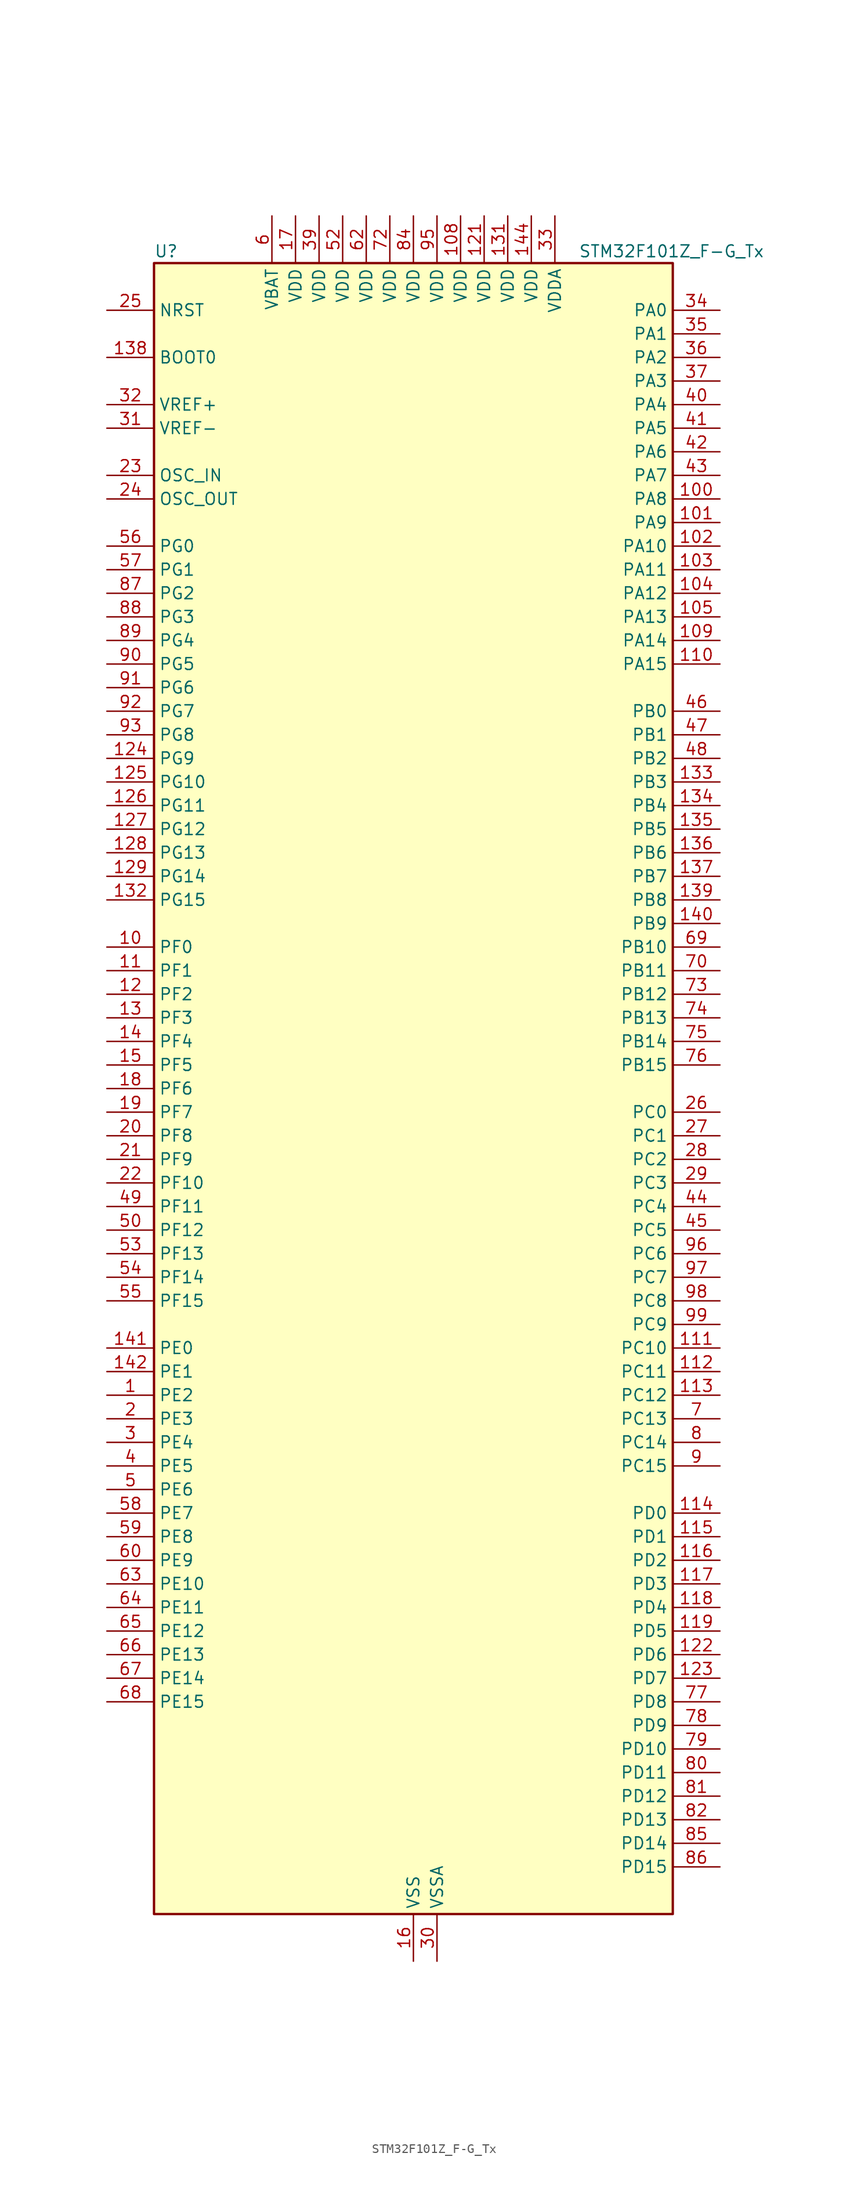
<source format=kicad_sym>
(kicad_symbol_lib
  (version 20241209)
  (generator "kicad_symbol_editor")
  (generator_version "9.0")
  (symbol "STM32F101Z_F-G_Tx"
    (property "Reference" "U"
      (at -27.94 90.17 0)
      (effects (font (size 1.27 1.27)) (justify left)))
    (property "Value" "STM32F101Z_F-G_Tx"
      (at 17.78 90.17 0)
      (effects (font (size 1.27 1.27)) (justify left)))
    (symbol "STM32F101Z_F-G_Tx_0_1"
      (rectangle (start -27.94 -88.9) (end 27.94 88.9) (stroke (width 0.254) (type default)) (fill (type background))))
    (symbol "STM32F101Z_F-G_Tx_1_1"
      (pin input line (at -33.02 83.82 0) (length 5.08) (name "NRST" (effects (font (size 1.27 1.27)))) (number "25" (effects (font (size 1.27 1.27)))))
      (pin input line (at -33.02 78.74 0) (length 5.08) (name "BOOT0" (effects (font (size 1.27 1.27)))) (number "138" (effects (font (size 1.27 1.27)))))
      (pin input line (at -33.02 73.66 0) (length 5.08) (name "VREF+" (effects (font (size 1.27 1.27)))) (number "32" (effects (font (size 1.27 1.27)))))
      (pin input line (at -33.02 71.12 0) (length 5.08) (name "VREF-" (effects (font (size 1.27 1.27)))) (number "31" (effects (font (size 1.27 1.27)))))
      (pin input line (at -33.02 66.04 0) (length 5.08) (name "OSC_IN" (effects (font (size 1.27 1.27)))) (number "23" (effects (font (size 1.27 1.27)))) (alternate "RCC_OSC_IN" bidirectional line))
      (pin input line (at -33.02 63.5 0) (length 5.08) (name "OSC_OUT" (effects (font (size 1.27 1.27)))) (number "24" (effects (font (size 1.27 1.27)))) (alternate "RCC_OSC_OUT" bidirectional line))
      (pin bidirectional line (at -33.02 58.42 0) (length 5.08) (name "PG0" (effects (font (size 1.27 1.27)))) (number "56" (effects (font (size 1.27 1.27)))) (alternate "FSMC_A10" bidirectional line))
      (pin bidirectional line (at -33.02 55.88 0) (length 5.08) (name "PG1" (effects (font (size 1.27 1.27)))) (number "57" (effects (font (size 1.27 1.27)))) (alternate "FSMC_A11" bidirectional line))
      (pin bidirectional line (at -33.02 53.34 0) (length 5.08) (name "PG2" (effects (font (size 1.27 1.27)))) (number "87" (effects (font (size 1.27 1.27)))) (alternate "FSMC_A12" bidirectional line))
      (pin bidirectional line (at -33.02 50.8 0) (length 5.08) (name "PG3" (effects (font (size 1.27 1.27)))) (number "88" (effects (font (size 1.27 1.27)))) (alternate "FSMC_A13" bidirectional line))
      (pin bidirectional line (at -33.02 48.26 0) (length 5.08) (name "PG4" (effects (font (size 1.27 1.27)))) (number "89" (effects (font (size 1.27 1.27)))) (alternate "FSMC_A14" bidirectional line))
      (pin bidirectional line (at -33.02 45.72 0) (length 5.08) (name "PG5" (effects (font (size 1.27 1.27)))) (number "90" (effects (font (size 1.27 1.27)))) (alternate "FSMC_A15" bidirectional line))
      (pin bidirectional line (at -33.02 43.18 0) (length 5.08) (name "PG6" (effects (font (size 1.27 1.27)))) (number "91" (effects (font (size 1.27 1.27)))) (alternate "FSMC_INT2" bidirectional line))
      (pin bidirectional line (at -33.02 40.64 0) (length 5.08) (name "PG7" (effects (font (size 1.27 1.27)))) (number "92" (effects (font (size 1.27 1.27)))) (alternate "FSMC_INT3" bidirectional line))
      (pin bidirectional line (at -33.02 38.1 0) (length 5.08) (name "PG8" (effects (font (size 1.27 1.27)))) (number "93" (effects (font (size 1.27 1.27)))))
      (pin bidirectional line (at -33.02 35.56 0) (length 5.08) (name "PG9" (effects (font (size 1.27 1.27)))) (number "124" (effects (font (size 1.27 1.27)))) (alternate "DAC_EXTI9" bidirectional line) (alternate "FSMC_NCE3" bidirectional line) (alternate "FSMC_NE2" bidirectional line))
      (pin bidirectional line (at -33.02 33.02 0) (length 5.08) (name "PG10" (effects (font (size 1.27 1.27)))) (number "125" (effects (font (size 1.27 1.27)))) (alternate "FSMC_NCE4_1" bidirectional line) (alternate "FSMC_NE3" bidirectional line))
      (pin bidirectional line (at -33.02 30.48 0) (length 5.08) (name "PG11" (effects (font (size 1.27 1.27)))) (number "126" (effects (font (size 1.27 1.27)))) (alternate "ADC1_EXTI11" bidirectional line) (alternate "FSMC_NCE4_2" bidirectional line))
      (pin bidirectional line (at -33.02 27.94 0) (length 5.08) (name "PG12" (effects (font (size 1.27 1.27)))) (number "127" (effects (font (size 1.27 1.27)))) (alternate "FSMC_NE4" bidirectional line))
      (pin bidirectional line (at -33.02 25.4 0) (length 5.08) (name "PG13" (effects (font (size 1.27 1.27)))) (number "128" (effects (font (size 1.27 1.27)))) (alternate "FSMC_A24" bidirectional line))
      (pin bidirectional line (at -33.02 22.86 0) (length 5.08) (name "PG14" (effects (font (size 1.27 1.27)))) (number "129" (effects (font (size 1.27 1.27)))) (alternate "FSMC_A25" bidirectional line))
      (pin bidirectional line (at -33.02 20.32 0) (length 5.08) (name "PG15" (effects (font (size 1.27 1.27)))) (number "132" (effects (font (size 1.27 1.27)))) (alternate "ADC1_EXTI15" bidirectional line))
      (pin bidirectional line (at -33.02 15.24 0) (length 5.08) (name "PF0" (effects (font (size 1.27 1.27)))) (number "10" (effects (font (size 1.27 1.27)))) (alternate "FSMC_A0" bidirectional line))
      (pin bidirectional line (at -33.02 12.7 0) (length 5.08) (name "PF1" (effects (font (size 1.27 1.27)))) (number "11" (effects (font (size 1.27 1.27)))) (alternate "FSMC_A1" bidirectional line))
      (pin bidirectional line (at -33.02 10.16 0) (length 5.08) (name "PF2" (effects (font (size 1.27 1.27)))) (number "12" (effects (font (size 1.27 1.27)))) (alternate "FSMC_A2" bidirectional line))
      (pin bidirectional line (at -33.02 7.62 0) (length 5.08) (name "PF3" (effects (font (size 1.27 1.27)))) (number "13" (effects (font (size 1.27 1.27)))) (alternate "FSMC_A3" bidirectional line))
      (pin bidirectional line (at -33.02 5.08 0) (length 5.08) (name "PF4" (effects (font (size 1.27 1.27)))) (number "14" (effects (font (size 1.27 1.27)))) (alternate "FSMC_A4" bidirectional line))
      (pin bidirectional line (at -33.02 2.54 0) (length 5.08) (name "PF5" (effects (font (size 1.27 1.27)))) (number "15" (effects (font (size 1.27 1.27)))) (alternate "FSMC_A5" bidirectional line))
      (pin bidirectional line (at -33.02 0 0) (length 5.08) (name "PF6" (effects (font (size 1.27 1.27)))) (number "18" (effects (font (size 1.27 1.27)))) (alternate "FSMC_NIORD" bidirectional line) (alternate "TIM10_CH1" bidirectional line))
      (pin bidirectional line (at -33.02 -2.54 0) (length 5.08) (name "PF7" (effects (font (size 1.27 1.27)))) (number "19" (effects (font (size 1.27 1.27)))) (alternate "FSMC_NREG" bidirectional line) (alternate "TIM11_CH1" bidirectional line))
      (pin bidirectional line (at -33.02 -5.08 0) (length 5.08) (name "PF8" (effects (font (size 1.27 1.27)))) (number "20" (effects (font (size 1.27 1.27)))) (alternate "FSMC_NIOWR" bidirectional line) (alternate "TIM13_CH1" bidirectional line))
      (pin bidirectional line (at -33.02 -7.62 0) (length 5.08) (name "PF9" (effects (font (size 1.27 1.27)))) (number "21" (effects (font (size 1.27 1.27)))) (alternate "DAC_EXTI9" bidirectional line) (alternate "FSMC_CD" bidirectional line) (alternate "TIM14_CH1" bidirectional line))
      (pin bidirectional line (at -33.02 -10.16 0) (length 5.08) (name "PF10" (effects (font (size 1.27 1.27)))) (number "22" (effects (font (size 1.27 1.27)))) (alternate "FSMC_INTR" bidirectional line))
      (pin bidirectional line (at -33.02 -12.7 0) (length 5.08) (name "PF11" (effects (font (size 1.27 1.27)))) (number "49" (effects (font (size 1.27 1.27)))) (alternate "ADC1_EXTI11" bidirectional line) (alternate "FSMC_NIOS16" bidirectional line))
      (pin bidirectional line (at -33.02 -15.24 0) (length 5.08) (name "PF12" (effects (font (size 1.27 1.27)))) (number "50" (effects (font (size 1.27 1.27)))) (alternate "FSMC_A6" bidirectional line))
      (pin bidirectional line (at -33.02 -17.78 0) (length 5.08) (name "PF13" (effects (font (size 1.27 1.27)))) (number "53" (effects (font (size 1.27 1.27)))) (alternate "FSMC_A7" bidirectional line))
      (pin bidirectional line (at -33.02 -20.32 0) (length 5.08) (name "PF14" (effects (font (size 1.27 1.27)))) (number "54" (effects (font (size 1.27 1.27)))) (alternate "FSMC_A8" bidirectional line))
      (pin bidirectional line (at -33.02 -22.86 0) (length 5.08) (name "PF15" (effects (font (size 1.27 1.27)))) (number "55" (effects (font (size 1.27 1.27)))) (alternate "ADC1_EXTI15" bidirectional line) (alternate "FSMC_A9" bidirectional line))
      (pin bidirectional line (at -33.02 -27.94 0) (length 5.08) (name "PE0" (effects (font (size 1.27 1.27)))) (number "141" (effects (font (size 1.27 1.27)))) (alternate "FSMC_NBL0" bidirectional line) (alternate "TIM4_ETR" bidirectional line))
      (pin bidirectional line (at -33.02 -30.48 0) (length 5.08) (name "PE1" (effects (font (size 1.27 1.27)))) (number "142" (effects (font (size 1.27 1.27)))) (alternate "FSMC_NBL1" bidirectional line))
      (pin bidirectional line (at -33.02 -33.02 0) (length 5.08) (name "PE2" (effects (font (size 1.27 1.27)))) (number "1" (effects (font (size 1.27 1.27)))) (alternate "FSMC_A23" bidirectional line) (alternate "SYS_TRACECLK" bidirectional line))
      (pin bidirectional line (at -33.02 -35.56 0) (length 5.08) (name "PE3" (effects (font (size 1.27 1.27)))) (number "2" (effects (font (size 1.27 1.27)))) (alternate "FSMC_A19" bidirectional line) (alternate "SYS_TRACED0" bidirectional line))
      (pin bidirectional line (at -33.02 -38.1 0) (length 5.08) (name "PE4" (effects (font (size 1.27 1.27)))) (number "3" (effects (font (size 1.27 1.27)))) (alternate "FSMC_A20" bidirectional line) (alternate "SYS_TRACED1" bidirectional line))
      (pin bidirectional line (at -33.02 -40.64 0) (length 5.08) (name "PE5" (effects (font (size 1.27 1.27)))) (number "4" (effects (font (size 1.27 1.27)))) (alternate "FSMC_A21" bidirectional line) (alternate "SYS_TRACED2" bidirectional line) (alternate "TIM9_CH1" bidirectional line))
      (pin bidirectional line (at -33.02 -43.18 0) (length 5.08) (name "PE6" (effects (font (size 1.27 1.27)))) (number "5" (effects (font (size 1.27 1.27)))) (alternate "FSMC_A22" bidirectional line) (alternate "SYS_TRACED3" bidirectional line) (alternate "TIM9_CH2" bidirectional line))
      (pin bidirectional line (at -33.02 -45.72 0) (length 5.08) (name "PE7" (effects (font (size 1.27 1.27)))) (number "58" (effects (font (size 1.27 1.27)))) (alternate "FSMC_D4" bidirectional line) (alternate "FSMC_DA4" bidirectional line))
      (pin bidirectional line (at -33.02 -48.26 0) (length 5.08) (name "PE8" (effects (font (size 1.27 1.27)))) (number "59" (effects (font (size 1.27 1.27)))) (alternate "FSMC_D5" bidirectional line) (alternate "FSMC_DA5" bidirectional line))
      (pin bidirectional line (at -33.02 -50.8 0) (length 5.08) (name "PE9" (effects (font (size 1.27 1.27)))) (number "60" (effects (font (size 1.27 1.27)))) (alternate "DAC_EXTI9" bidirectional line) (alternate "FSMC_D6" bidirectional line) (alternate "FSMC_DA6" bidirectional line))
      (pin bidirectional line (at -33.02 -53.34 0) (length 5.08) (name "PE10" (effects (font (size 1.27 1.27)))) (number "63" (effects (font (size 1.27 1.27)))) (alternate "FSMC_D7" bidirectional line) (alternate "FSMC_DA7" bidirectional line))
      (pin bidirectional line (at -33.02 -55.88 0) (length 5.08) (name "PE11" (effects (font (size 1.27 1.27)))) (number "64" (effects (font (size 1.27 1.27)))) (alternate "ADC1_EXTI11" bidirectional line) (alternate "FSMC_D8" bidirectional line) (alternate "FSMC_DA8" bidirectional line))
      (pin bidirectional line (at -33.02 -58.42 0) (length 5.08) (name "PE12" (effects (font (size 1.27 1.27)))) (number "65" (effects (font (size 1.27 1.27)))) (alternate "FSMC_D9" bidirectional line) (alternate "FSMC_DA9" bidirectional line))
      (pin bidirectional line (at -33.02 -60.96 0) (length 5.08) (name "PE13" (effects (font (size 1.27 1.27)))) (number "66" (effects (font (size 1.27 1.27)))) (alternate "FSMC_D10" bidirectional line) (alternate "FSMC_DA10" bidirectional line))
      (pin bidirectional line (at -33.02 -63.5 0) (length 5.08) (name "PE14" (effects (font (size 1.27 1.27)))) (number "67" (effects (font (size 1.27 1.27)))) (alternate "FSMC_D11" bidirectional line) (alternate "FSMC_DA11" bidirectional line))
      (pin bidirectional line (at -33.02 -66.04 0) (length 5.08) (name "PE15" (effects (font (size 1.27 1.27)))) (number "68" (effects (font (size 1.27 1.27)))) (alternate "ADC1_EXTI15" bidirectional line) (alternate "FSMC_D12" bidirectional line) (alternate "FSMC_DA12" bidirectional line))
      (pin no_connect line (at -27.94 -88.9 0) (length 5.08) (hide yes) (name "NC" (effects (font (size 1.27 1.27)))) (number "106" (effects (font (size 1.27 1.27)))))
      (pin power_in line (at -15.24 93.98 270) (length 5.08) (name "VBAT" (effects (font (size 1.27 1.27)))) (number "6" (effects (font (size 1.27 1.27)))))
      (pin power_in line (at -12.7 93.98 270) (length 5.08) (name "VDD" (effects (font (size 1.27 1.27)))) (number "17" (effects (font (size 1.27 1.27)))))
      (pin power_in line (at -10.16 93.98 270) (length 5.08) (name "VDD" (effects (font (size 1.27 1.27)))) (number "39" (effects (font (size 1.27 1.27)))))
      (pin power_in line (at -7.62 93.98 270) (length 5.08) (name "VDD" (effects (font (size 1.27 1.27)))) (number "52" (effects (font (size 1.27 1.27)))))
      (pin power_in line (at -5.08 93.98 270) (length 5.08) (name "VDD" (effects (font (size 1.27 1.27)))) (number "62" (effects (font (size 1.27 1.27)))))
      (pin power_in line (at -2.54 93.98 270) (length 5.08) (name "VDD" (effects (font (size 1.27 1.27)))) (number "72" (effects (font (size 1.27 1.27)))))
      (pin power_in line (at 0 93.98 270) (length 5.08) (name "VDD" (effects (font (size 1.27 1.27)))) (number "84" (effects (font (size 1.27 1.27)))))
      (pin passive line (at 0 -93.98 90) (length 5.08) (hide yes) (name "VSS" (effects (font (size 1.27 1.27)))) (number "107" (effects (font (size 1.27 1.27)))))
      (pin passive line (at 0 -93.98 90) (length 5.08) (hide yes) (name "VSS" (effects (font (size 1.27 1.27)))) (number "120" (effects (font (size 1.27 1.27)))))
      (pin passive line (at 0 -93.98 90) (length 5.08) (hide yes) (name "VSS" (effects (font (size 1.27 1.27)))) (number "130" (effects (font (size 1.27 1.27)))))
      (pin passive line (at 0 -93.98 90) (length 5.08) (hide yes) (name "VSS" (effects (font (size 1.27 1.27)))) (number "143" (effects (font (size 1.27 1.27)))))
      (pin power_in line (at 0 -93.98 90) (length 5.08) (name "VSS" (effects (font (size 1.27 1.27)))) (number "16" (effects (font (size 1.27 1.27)))))
      (pin passive line (at 0 -93.98 90) (length 5.08) (hide yes) (name "VSS" (effects (font (size 1.27 1.27)))) (number "38" (effects (font (size 1.27 1.27)))))
      (pin passive line (at 0 -93.98 90) (length 5.08) (hide yes) (name "VSS" (effects (font (size 1.27 1.27)))) (number "51" (effects (font (size 1.27 1.27)))))
      (pin passive line (at 0 -93.98 90) (length 5.08) (hide yes) (name "VSS" (effects (font (size 1.27 1.27)))) (number "61" (effects (font (size 1.27 1.27)))))
      (pin passive line (at 0 -93.98 90) (length 5.08) (hide yes) (name "VSS" (effects (font (size 1.27 1.27)))) (number "71" (effects (font (size 1.27 1.27)))))
      (pin passive line (at 0 -93.98 90) (length 5.08) (hide yes) (name "VSS" (effects (font (size 1.27 1.27)))) (number "83" (effects (font (size 1.27 1.27)))))
      (pin passive line (at 0 -93.98 90) (length 5.08) (hide yes) (name "VSS" (effects (font (size 1.27 1.27)))) (number "94" (effects (font (size 1.27 1.27)))))
      (pin power_in line (at 2.54 93.98 270) (length 5.08) (name "VDD" (effects (font (size 1.27 1.27)))) (number "95" (effects (font (size 1.27 1.27)))))
      (pin power_in line (at 2.54 -93.98 90) (length 5.08) (name "VSSA" (effects (font (size 1.27 1.27)))) (number "30" (effects (font (size 1.27 1.27)))))
      (pin power_in line (at 5.08 93.98 270) (length 5.08) (name "VDD" (effects (font (size 1.27 1.27)))) (number "108" (effects (font (size 1.27 1.27)))))
      (pin power_in line (at 7.62 93.98 270) (length 5.08) (name "VDD" (effects (font (size 1.27 1.27)))) (number "121" (effects (font (size 1.27 1.27)))))
      (pin power_in line (at 10.16 93.98 270) (length 5.08) (name "VDD" (effects (font (size 1.27 1.27)))) (number "131" (effects (font (size 1.27 1.27)))))
      (pin power_in line (at 12.7 93.98 270) (length 5.08) (name "VDD" (effects (font (size 1.27 1.27)))) (number "144" (effects (font (size 1.27 1.27)))))
      (pin power_in line (at 15.24 93.98 270) (length 5.08) (name "VDDA" (effects (font (size 1.27 1.27)))) (number "33" (effects (font (size 1.27 1.27)))))
      (pin bidirectional line (at 33.02 83.82 180) (length 5.08) (name "PA0" (effects (font (size 1.27 1.27)))) (number "34" (effects (font (size 1.27 1.27)))) (alternate "ADC1_IN0" bidirectional line) (alternate "SYS_WKUP" bidirectional line) (alternate "TIM2_CH1" bidirectional line) (alternate "TIM2_ETR" bidirectional line) (alternate "TIM5_CH1" bidirectional line) (alternate "USART2_CTS" bidirectional line))
      (pin bidirectional line (at 33.02 81.28 180) (length 5.08) (name "PA1" (effects (font (size 1.27 1.27)))) (number "35" (effects (font (size 1.27 1.27)))) (alternate "ADC1_IN1" bidirectional line) (alternate "TIM2_CH2" bidirectional line) (alternate "TIM5_CH2" bidirectional line) (alternate "USART2_RTS" bidirectional line))
      (pin bidirectional line (at 33.02 78.74 180) (length 5.08) (name "PA2" (effects (font (size 1.27 1.27)))) (number "36" (effects (font (size 1.27 1.27)))) (alternate "ADC1_IN2" bidirectional line) (alternate "TIM2_CH3" bidirectional line) (alternate "TIM5_CH3" bidirectional line) (alternate "TIM9_CH1" bidirectional line) (alternate "USART2_TX" bidirectional line))
      (pin bidirectional line (at 33.02 76.2 180) (length 5.08) (name "PA3" (effects (font (size 1.27 1.27)))) (number "37" (effects (font (size 1.27 1.27)))) (alternate "ADC1_IN3" bidirectional line) (alternate "TIM2_CH4" bidirectional line) (alternate "TIM5_CH4" bidirectional line) (alternate "TIM9_CH2" bidirectional line) (alternate "USART2_RX" bidirectional line))
      (pin bidirectional line (at 33.02 73.66 180) (length 5.08) (name "PA4" (effects (font (size 1.27 1.27)))) (number "40" (effects (font (size 1.27 1.27)))) (alternate "ADC1_IN4" bidirectional line) (alternate "DAC_OUT1" bidirectional line) (alternate "SPI1_NSS" bidirectional line) (alternate "USART2_CK" bidirectional line))
      (pin bidirectional line (at 33.02 71.12 180) (length 5.08) (name "PA5" (effects (font (size 1.27 1.27)))) (number "41" (effects (font (size 1.27 1.27)))) (alternate "ADC1_IN5" bidirectional line) (alternate "DAC_OUT2" bidirectional line) (alternate "SPI1_SCK" bidirectional line))
      (pin bidirectional line (at 33.02 68.58 180) (length 5.08) (name "PA6" (effects (font (size 1.27 1.27)))) (number "42" (effects (font (size 1.27 1.27)))) (alternate "ADC1_IN6" bidirectional line) (alternate "SPI1_MISO" bidirectional line) (alternate "TIM13_CH1" bidirectional line) (alternate "TIM3_CH1" bidirectional line))
      (pin bidirectional line (at 33.02 66.04 180) (length 5.08) (name "PA7" (effects (font (size 1.27 1.27)))) (number "43" (effects (font (size 1.27 1.27)))) (alternate "ADC1_IN7" bidirectional line) (alternate "SPI1_MOSI" bidirectional line) (alternate "TIM14_CH1" bidirectional line) (alternate "TIM3_CH2" bidirectional line))
      (pin bidirectional line (at 33.02 63.5 180) (length 5.08) (name "PA8" (effects (font (size 1.27 1.27)))) (number "100" (effects (font (size 1.27 1.27)))) (alternate "RCC_MCO" bidirectional line) (alternate "USART1_CK" bidirectional line))
      (pin bidirectional line (at 33.02 60.96 180) (length 5.08) (name "PA9" (effects (font (size 1.27 1.27)))) (number "101" (effects (font (size 1.27 1.27)))) (alternate "DAC_EXTI9" bidirectional line) (alternate "USART1_TX" bidirectional line))
      (pin bidirectional line (at 33.02 58.42 180) (length 5.08) (name "PA10" (effects (font (size 1.27 1.27)))) (number "102" (effects (font (size 1.27 1.27)))) (alternate "USART1_RX" bidirectional line))
      (pin bidirectional line (at 33.02 55.88 180) (length 5.08) (name "PA11" (effects (font (size 1.27 1.27)))) (number "103" (effects (font (size 1.27 1.27)))) (alternate "ADC1_EXTI11" bidirectional line) (alternate "USART1_CTS" bidirectional line))
      (pin bidirectional line (at 33.02 53.34 180) (length 5.08) (name "PA12" (effects (font (size 1.27 1.27)))) (number "104" (effects (font (size 1.27 1.27)))) (alternate "USART1_RTS" bidirectional line))
      (pin bidirectional line (at 33.02 50.8 180) (length 5.08) (name "PA13" (effects (font (size 1.27 1.27)))) (number "105" (effects (font (size 1.27 1.27)))) (alternate "SYS_JTMS-SWDIO" bidirectional line))
      (pin bidirectional line (at 33.02 48.26 180) (length 5.08) (name "PA14" (effects (font (size 1.27 1.27)))) (number "109" (effects (font (size 1.27 1.27)))) (alternate "SYS_JTCK-SWCLK" bidirectional line))
      (pin bidirectional line (at 33.02 45.72 180) (length 5.08) (name "PA15" (effects (font (size 1.27 1.27)))) (number "110" (effects (font (size 1.27 1.27)))) (alternate "ADC1_EXTI15" bidirectional line) (alternate "SPI1_NSS" bidirectional line) (alternate "SPI3_NSS" bidirectional line) (alternate "SYS_JTDI" bidirectional line) (alternate "TIM2_CH1" bidirectional line) (alternate "TIM2_ETR" bidirectional line))
      (pin bidirectional line (at 33.02 40.64 180) (length 5.08) (name "PB0" (effects (font (size 1.27 1.27)))) (number "46" (effects (font (size 1.27 1.27)))) (alternate "ADC1_IN8" bidirectional line) (alternate "TIM3_CH3" bidirectional line))
      (pin bidirectional line (at 33.02 38.1 180) (length 5.08) (name "PB1" (effects (font (size 1.27 1.27)))) (number "47" (effects (font (size 1.27 1.27)))) (alternate "ADC1_IN9" bidirectional line) (alternate "TIM3_CH4" bidirectional line))
      (pin bidirectional line (at 33.02 35.56 180) (length 5.08) (name "PB2" (effects (font (size 1.27 1.27)))) (number "48" (effects (font (size 1.27 1.27)))))
      (pin bidirectional line (at 33.02 33.02 180) (length 5.08) (name "PB3" (effects (font (size 1.27 1.27)))) (number "133" (effects (font (size 1.27 1.27)))) (alternate "SPI1_SCK" bidirectional line) (alternate "SPI3_SCK" bidirectional line) (alternate "SYS_JTDO-TRACESWO" bidirectional line) (alternate "TIM2_CH2" bidirectional line))
      (pin bidirectional line (at 33.02 30.48 180) (length 5.08) (name "PB4" (effects (font (size 1.27 1.27)))) (number "134" (effects (font (size 1.27 1.27)))) (alternate "SPI1_MISO" bidirectional line) (alternate "SPI3_MISO" bidirectional line) (alternate "SYS_NJTRST" bidirectional line) (alternate "TIM3_CH1" bidirectional line))
      (pin bidirectional line (at 33.02 27.94 180) (length 5.08) (name "PB5" (effects (font (size 1.27 1.27)))) (number "135" (effects (font (size 1.27 1.27)))) (alternate "I2C1_SMBA" bidirectional line) (alternate "SPI1_MOSI" bidirectional line) (alternate "SPI3_MOSI" bidirectional line) (alternate "TIM3_CH2" bidirectional line))
      (pin bidirectional line (at 33.02 25.4 180) (length 5.08) (name "PB6" (effects (font (size 1.27 1.27)))) (number "136" (effects (font (size 1.27 1.27)))) (alternate "I2C1_SCL" bidirectional line) (alternate "TIM4_CH1" bidirectional line) (alternate "USART1_TX" bidirectional line))
      (pin bidirectional line (at 33.02 22.86 180) (length 5.08) (name "PB7" (effects (font (size 1.27 1.27)))) (number "137" (effects (font (size 1.27 1.27)))) (alternate "FSMC_NL" bidirectional line) (alternate "I2C1_SDA" bidirectional line) (alternate "TIM4_CH2" bidirectional line) (alternate "USART1_RX" bidirectional line))
      (pin bidirectional line (at 33.02 20.32 180) (length 5.08) (name "PB8" (effects (font (size 1.27 1.27)))) (number "139" (effects (font (size 1.27 1.27)))) (alternate "I2C1_SCL" bidirectional line) (alternate "TIM10_CH1" bidirectional line) (alternate "TIM4_CH3" bidirectional line))
      (pin bidirectional line (at 33.02 17.78 180) (length 5.08) (name "PB9" (effects (font (size 1.27 1.27)))) (number "140" (effects (font (size 1.27 1.27)))) (alternate "DAC_EXTI9" bidirectional line) (alternate "I2C1_SDA" bidirectional line) (alternate "TIM11_CH1" bidirectional line) (alternate "TIM4_CH4" bidirectional line))
      (pin bidirectional line (at 33.02 15.24 180) (length 5.08) (name "PB10" (effects (font (size 1.27 1.27)))) (number "69" (effects (font (size 1.27 1.27)))) (alternate "I2C2_SCL" bidirectional line) (alternate "TIM2_CH3" bidirectional line) (alternate "USART3_TX" bidirectional line))
      (pin bidirectional line (at 33.02 12.7 180) (length 5.08) (name "PB11" (effects (font (size 1.27 1.27)))) (number "70" (effects (font (size 1.27 1.27)))) (alternate "ADC1_EXTI11" bidirectional line) (alternate "I2C2_SDA" bidirectional line) (alternate "TIM2_CH4" bidirectional line) (alternate "USART3_RX" bidirectional line))
      (pin bidirectional line (at 33.02 10.16 180) (length 5.08) (name "PB12" (effects (font (size 1.27 1.27)))) (number "73" (effects (font (size 1.27 1.27)))) (alternate "I2C2_SMBA" bidirectional line) (alternate "SPI2_NSS" bidirectional line) (alternate "USART3_CK" bidirectional line))
      (pin bidirectional line (at 33.02 7.62 180) (length 5.08) (name "PB13" (effects (font (size 1.27 1.27)))) (number "74" (effects (font (size 1.27 1.27)))) (alternate "SPI2_SCK" bidirectional line) (alternate "USART3_CTS" bidirectional line))
      (pin bidirectional line (at 33.02 5.08 180) (length 5.08) (name "PB14" (effects (font (size 1.27 1.27)))) (number "75" (effects (font (size 1.27 1.27)))) (alternate "SPI2_MISO" bidirectional line) (alternate "TIM12_CH1" bidirectional line) (alternate "USART3_RTS" bidirectional line))
      (pin bidirectional line (at 33.02 2.54 180) (length 5.08) (name "PB15" (effects (font (size 1.27 1.27)))) (number "76" (effects (font (size 1.27 1.27)))) (alternate "ADC1_EXTI15" bidirectional line) (alternate "SPI2_MOSI" bidirectional line) (alternate "TIM12_CH2" bidirectional line))
      (pin bidirectional line (at 33.02 -2.54 180) (length 5.08) (name "PC0" (effects (font (size 1.27 1.27)))) (number "26" (effects (font (size 1.27 1.27)))) (alternate "ADC1_IN10" bidirectional line))
      (pin bidirectional line (at 33.02 -5.08 180) (length 5.08) (name "PC1" (effects (font (size 1.27 1.27)))) (number "27" (effects (font (size 1.27 1.27)))) (alternate "ADC1_IN11" bidirectional line))
      (pin bidirectional line (at 33.02 -7.62 180) (length 5.08) (name "PC2" (effects (font (size 1.27 1.27)))) (number "28" (effects (font (size 1.27 1.27)))) (alternate "ADC1_IN12" bidirectional line))
      (pin bidirectional line (at 33.02 -10.16 180) (length 5.08) (name "PC3" (effects (font (size 1.27 1.27)))) (number "29" (effects (font (size 1.27 1.27)))) (alternate "ADC1_IN13" bidirectional line))
      (pin bidirectional line (at 33.02 -12.7 180) (length 5.08) (name "PC4" (effects (font (size 1.27 1.27)))) (number "44" (effects (font (size 1.27 1.27)))) (alternate "ADC1_IN14" bidirectional line))
      (pin bidirectional line (at 33.02 -15.24 180) (length 5.08) (name "PC5" (effects (font (size 1.27 1.27)))) (number "45" (effects (font (size 1.27 1.27)))) (alternate "ADC1_IN15" bidirectional line))
      (pin bidirectional line (at 33.02 -17.78 180) (length 5.08) (name "PC6" (effects (font (size 1.27 1.27)))) (number "96" (effects (font (size 1.27 1.27)))) (alternate "TIM3_CH1" bidirectional line))
      (pin bidirectional line (at 33.02 -20.32 180) (length 5.08) (name "PC7" (effects (font (size 1.27 1.27)))) (number "97" (effects (font (size 1.27 1.27)))) (alternate "TIM3_CH2" bidirectional line))
      (pin bidirectional line (at 33.02 -22.86 180) (length 5.08) (name "PC8" (effects (font (size 1.27 1.27)))) (number "98" (effects (font (size 1.27 1.27)))) (alternate "TIM3_CH3" bidirectional line))
      (pin bidirectional line (at 33.02 -25.4 180) (length 5.08) (name "PC9" (effects (font (size 1.27 1.27)))) (number "99" (effects (font (size 1.27 1.27)))) (alternate "DAC_EXTI9" bidirectional line) (alternate "TIM3_CH4" bidirectional line))
      (pin bidirectional line (at 33.02 -27.94 180) (length 5.08) (name "PC10" (effects (font (size 1.27 1.27)))) (number "111" (effects (font (size 1.27 1.27)))) (alternate "UART4_TX" bidirectional line) (alternate "USART3_TX" bidirectional line))
      (pin bidirectional line (at 33.02 -30.48 180) (length 5.08) (name "PC11" (effects (font (size 1.27 1.27)))) (number "112" (effects (font (size 1.27 1.27)))) (alternate "ADC1_EXTI11" bidirectional line) (alternate "UART4_RX" bidirectional line) (alternate "USART3_RX" bidirectional line))
      (pin bidirectional line (at 33.02 -33.02 180) (length 5.08) (name "PC12" (effects (font (size 1.27 1.27)))) (number "113" (effects (font (size 1.27 1.27)))) (alternate "UART5_TX" bidirectional line) (alternate "USART3_CK" bidirectional line))
      (pin bidirectional line (at 33.02 -35.56 180) (length 5.08) (name "PC13" (effects (font (size 1.27 1.27)))) (number "7" (effects (font (size 1.27 1.27)))) (alternate "RTC_OUT" bidirectional line) (alternate "RTC_TAMPER" bidirectional line))
      (pin bidirectional line (at 33.02 -38.1 180) (length 5.08) (name "PC14" (effects (font (size 1.27 1.27)))) (number "8" (effects (font (size 1.27 1.27)))) (alternate "RCC_OSC32_IN" bidirectional line))
      (pin bidirectional line (at 33.02 -40.64 180) (length 5.08) (name "PC15" (effects (font (size 1.27 1.27)))) (number "9" (effects (font (size 1.27 1.27)))) (alternate "ADC1_EXTI15" bidirectional line) (alternate "RCC_OSC32_OUT" bidirectional line))
      (pin bidirectional line (at 33.02 -45.72 180) (length 5.08) (name "PD0" (effects (font (size 1.27 1.27)))) (number "114" (effects (font (size 1.27 1.27)))) (alternate "FSMC_D2" bidirectional line) (alternate "FSMC_DA2" bidirectional line))
      (pin bidirectional line (at 33.02 -48.26 180) (length 5.08) (name "PD1" (effects (font (size 1.27 1.27)))) (number "115" (effects (font (size 1.27 1.27)))) (alternate "FSMC_D3" bidirectional line) (alternate "FSMC_DA3" bidirectional line))
      (pin bidirectional line (at 33.02 -50.8 180) (length 5.08) (name "PD2" (effects (font (size 1.27 1.27)))) (number "116" (effects (font (size 1.27 1.27)))) (alternate "TIM3_ETR" bidirectional line) (alternate "UART5_RX" bidirectional line))
      (pin bidirectional line (at 33.02 -53.34 180) (length 5.08) (name "PD3" (effects (font (size 1.27 1.27)))) (number "117" (effects (font (size 1.27 1.27)))) (alternate "FSMC_CLK" bidirectional line) (alternate "USART2_CTS" bidirectional line))
      (pin bidirectional line (at 33.02 -55.88 180) (length 5.08) (name "PD4" (effects (font (size 1.27 1.27)))) (number "118" (effects (font (size 1.27 1.27)))) (alternate "FSMC_NOE" bidirectional line) (alternate "USART2_RTS" bidirectional line))
      (pin bidirectional line (at 33.02 -58.42 180) (length 5.08) (name "PD5" (effects (font (size 1.27 1.27)))) (number "119" (effects (font (size 1.27 1.27)))) (alternate "FSMC_NWE" bidirectional line) (alternate "USART2_TX" bidirectional line))
      (pin bidirectional line (at 33.02 -60.96 180) (length 5.08) (name "PD6" (effects (font (size 1.27 1.27)))) (number "122" (effects (font (size 1.27 1.27)))) (alternate "FSMC_NWAIT" bidirectional line) (alternate "USART2_RX" bidirectional line))
      (pin bidirectional line (at 33.02 -63.5 180) (length 5.08) (name "PD7" (effects (font (size 1.27 1.27)))) (number "123" (effects (font (size 1.27 1.27)))) (alternate "FSMC_NCE2" bidirectional line) (alternate "FSMC_NE1" bidirectional line) (alternate "USART2_CK" bidirectional line))
      (pin bidirectional line (at 33.02 -66.04 180) (length 5.08) (name "PD8" (effects (font (size 1.27 1.27)))) (number "77" (effects (font (size 1.27 1.27)))) (alternate "FSMC_D13" bidirectional line) (alternate "FSMC_DA13" bidirectional line) (alternate "USART3_TX" bidirectional line))
      (pin bidirectional line (at 33.02 -68.58 180) (length 5.08) (name "PD9" (effects (font (size 1.27 1.27)))) (number "78" (effects (font (size 1.27 1.27)))) (alternate "DAC_EXTI9" bidirectional line) (alternate "FSMC_D14" bidirectional line) (alternate "FSMC_DA14" bidirectional line) (alternate "USART3_RX" bidirectional line))
      (pin bidirectional line (at 33.02 -71.12 180) (length 5.08) (name "PD10" (effects (font (size 1.27 1.27)))) (number "79" (effects (font (size 1.27 1.27)))) (alternate "FSMC_D15" bidirectional line) (alternate "FSMC_DA15" bidirectional line) (alternate "USART3_CK" bidirectional line))
      (pin bidirectional line (at 33.02 -73.66 180) (length 5.08) (name "PD11" (effects (font (size 1.27 1.27)))) (number "80" (effects (font (size 1.27 1.27)))) (alternate "ADC1_EXTI11" bidirectional line) (alternate "FSMC_A16" bidirectional line) (alternate "FSMC_CLE" bidirectional line) (alternate "USART3_CTS" bidirectional line))
      (pin bidirectional line (at 33.02 -76.2 180) (length 5.08) (name "PD12" (effects (font (size 1.27 1.27)))) (number "81" (effects (font (size 1.27 1.27)))) (alternate "FSMC_A17" bidirectional line) (alternate "FSMC_ALE" bidirectional line) (alternate "TIM4_CH1" bidirectional line) (alternate "USART3_RTS" bidirectional line))
      (pin bidirectional line (at 33.02 -78.74 180) (length 5.08) (name "PD13" (effects (font (size 1.27 1.27)))) (number "82" (effects (font (size 1.27 1.27)))) (alternate "FSMC_A18" bidirectional line) (alternate "TIM4_CH2" bidirectional line))
      (pin bidirectional line (at 33.02 -81.28 180) (length 5.08) (name "PD14" (effects (font (size 1.27 1.27)))) (number "85" (effects (font (size 1.27 1.27)))) (alternate "FSMC_D0" bidirectional line) (alternate "FSMC_DA0" bidirectional line) (alternate "TIM4_CH3" bidirectional line))
      (pin bidirectional line (at 33.02 -83.82 180) (length 5.08) (name "PD15" (effects (font (size 1.27 1.27)))) (number "86" (effects (font (size 1.27 1.27)))) (alternate "ADC1_EXTI15" bidirectional line) (alternate "FSMC_D1" bidirectional line) (alternate "FSMC_DA1" bidirectional line) (alternate "TIM4_CH4" bidirectional line)))))
</source>
